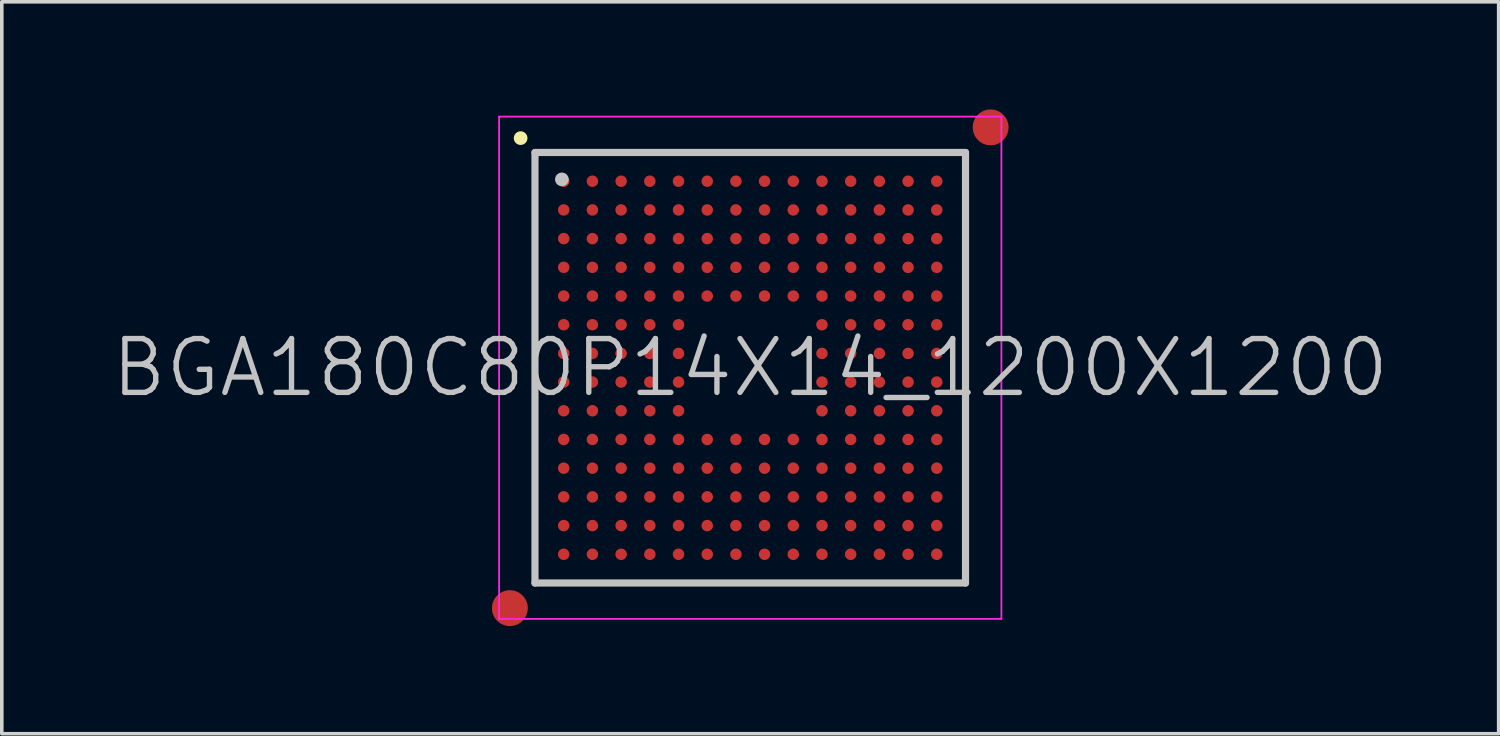
<source format=kicad_pcb>
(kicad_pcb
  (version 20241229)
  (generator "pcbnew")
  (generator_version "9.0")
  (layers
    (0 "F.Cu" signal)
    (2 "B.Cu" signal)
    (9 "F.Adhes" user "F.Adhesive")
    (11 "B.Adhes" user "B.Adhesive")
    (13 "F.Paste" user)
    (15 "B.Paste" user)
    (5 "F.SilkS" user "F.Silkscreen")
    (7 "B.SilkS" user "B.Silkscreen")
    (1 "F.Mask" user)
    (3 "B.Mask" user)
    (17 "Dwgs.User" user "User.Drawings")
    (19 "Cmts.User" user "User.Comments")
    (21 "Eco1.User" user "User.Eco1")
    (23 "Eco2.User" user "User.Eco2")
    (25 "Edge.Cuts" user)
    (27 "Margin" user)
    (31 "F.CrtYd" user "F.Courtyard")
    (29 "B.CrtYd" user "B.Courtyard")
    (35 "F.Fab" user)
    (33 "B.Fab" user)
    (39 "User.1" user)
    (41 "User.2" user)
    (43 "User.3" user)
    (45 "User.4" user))
  (footprint "BGA180C80P14X14_1200X1200"
    (layer "F.Cu")
    (at 17.861 7.2)
    (property "Reference" "BGA180C80P14X14_1200X1200" (at 0 0 0) (layer "Dwgs.User") (effects (font (size 1.5 1.5) (thickness 0.15))))
    (attr smd)
    (fp_line (start -6.4 -6.4) (end -6.4 -6.4) (stroke (width 0.381) (type solid)) (layer "F.SilkS"))
    (fp_line (start -6 -6) (end -6 6) (stroke (width 0.2) (type solid)) (layer "Dwgs.User"))
    (fp_line (start -6 -6) (end 6 -6) (stroke (width 0.2) (type solid)) (layer "Dwgs.User"))
    (fp_line (start -6 6) (end 6 6) (stroke (width 0.2) (type solid)) (layer "Dwgs.User"))
    (fp_line (start -5.25 -5.25) (end -5.25 -5.25) (stroke (width 0.381) (type solid)) (layer "Dwgs.User"))
    (fp_line (start 6 -6) (end 6 6) (stroke (width 0.2) (type solid)) (layer "Dwgs.User"))
    (fp_line (start -7 -7) (end -7 7) (stroke (width 0.05) (type solid)) (layer "F.CrtYd"))
    (fp_line (start -7 -7) (end 7 -7) (stroke (width 0.05) (type solid)) (layer "F.CrtYd"))
    (fp_line (start -7 7) (end 7 7) (stroke (width 0.05) (type solid)) (layer "F.CrtYd"))
    (fp_line (start 7 -7) (end 7 7) (stroke (width 0.05) (type solid)) (layer "F.CrtYd"))
    (pad "" smd circle (at -6.7 6.7) (size 1 1) (layers "F.Cu" "F.Mask"))
    (pad "" smd circle (at 6.7 -6.7) (size 1 1) (layers "F.Cu" "F.Mask"))
    (pad "A1" smd circle (at -5.199 -5.199 270) (size 0.32 0.32) (layers "F.Cu" "F.Mask" "F.Paste"))
    (pad "A2" smd circle (at -4.399 -5.199 270) (size 0.32 0.32) (layers "F.Cu" "F.Mask" "F.Paste"))
    (pad "A3" smd circle (at -3.599 -5.199 270) (size 0.32 0.32) (layers "F.Cu" "F.Mask" "F.Paste"))
    (pad "A4" smd circle (at -2.799 -5.199 270) (size 0.32 0.32) (layers "F.Cu" "F.Mask" "F.Paste"))
    (pad "A5" smd circle (at -1.999 -5.199 270) (size 0.32 0.32) (layers "F.Cu" "F.Mask" "F.Paste"))
    (pad "A6" smd circle (at -1.199 -5.199 270) (size 0.32 0.32) (layers "F.Cu" "F.Mask" "F.Paste"))
    (pad "A7" smd circle (at -0.399 -5.199 270) (size 0.32 0.32) (layers "F.Cu" "F.Mask" "F.Paste"))
    (pad "A8" smd circle (at 0.399 -5.199 270) (size 0.32 0.32) (layers "F.Cu" "F.Mask" "F.Paste"))
    (pad "A9" smd circle (at 1.199 -5.199 270) (size 0.32 0.32) (layers "F.Cu" "F.Mask" "F.Paste"))
    (pad "A10" smd circle (at 1.999 -5.199 270) (size 0.32 0.32) (layers "F.Cu" "F.Mask" "F.Paste"))
    (pad "A11" smd circle (at 2.799 -5.199 270) (size 0.32 0.32) (layers "F.Cu" "F.Mask" "F.Paste"))
    (pad "A12" smd circle (at 3.599 -5.199 270) (size 0.32 0.32) (layers "F.Cu" "F.Mask" "F.Paste"))
    (pad "A13" smd circle (at 4.399 -5.199 270) (size 0.32 0.32) (layers "F.Cu" "F.Mask" "F.Paste"))
    (pad "A14" smd circle (at 5.199 -5.199 270) (size 0.32 0.32) (layers "F.Cu" "F.Mask" "F.Paste"))
    (pad "B1" smd circle (at -5.199 -4.399 270) (size 0.32 0.32) (layers "F.Cu" "F.Mask" "F.Paste"))
    (pad "B2" smd circle (at -4.399 -4.399 270) (size 0.32 0.32) (layers "F.Cu" "F.Mask" "F.Paste"))
    (pad "B3" smd circle (at -3.599 -4.399 270) (size 0.32 0.32) (layers "F.Cu" "F.Mask" "F.Paste"))
    (pad "B4" smd circle (at -2.799 -4.399 270) (size 0.32 0.32) (layers "F.Cu" "F.Mask" "F.Paste"))
    (pad "B5" smd circle (at -1.999 -4.399 270) (size 0.32 0.32) (layers "F.Cu" "F.Mask" "F.Paste"))
    (pad "B6" smd circle (at -1.199 -4.399 270) (size 0.32 0.32) (layers "F.Cu" "F.Mask" "F.Paste"))
    (pad "B7" smd circle (at -0.399 -4.399 270) (size 0.32 0.32) (layers "F.Cu" "F.Mask" "F.Paste"))
    (pad "B8" smd circle (at 0.399 -4.399 270) (size 0.32 0.32) (layers "F.Cu" "F.Mask" "F.Paste"))
    (pad "B9" smd circle (at 1.199 -4.399 270) (size 0.32 0.32) (layers "F.Cu" "F.Mask" "F.Paste"))
    (pad "B10" smd circle (at 1.999 -4.399 270) (size 0.32 0.32) (layers "F.Cu" "F.Mask" "F.Paste"))
    (pad "B11" smd circle (at 2.799 -4.399 270) (size 0.32 0.32) (layers "F.Cu" "F.Mask" "F.Paste"))
    (pad "B12" smd circle (at 3.599 -4.399 270) (size 0.32 0.32) (layers "F.Cu" "F.Mask" "F.Paste"))
    (pad "B13" smd circle (at 4.399 -4.399 270) (size 0.32 0.32) (layers "F.Cu" "F.Mask" "F.Paste"))
    (pad "B14" smd circle (at 5.199 -4.399 270) (size 0.32 0.32) (layers "F.Cu" "F.Mask" "F.Paste"))
    (pad "C1" smd circle (at -5.199 -3.599 270) (size 0.32 0.32) (layers "F.Cu" "F.Mask" "F.Paste"))
    (pad "C2" smd circle (at -4.399 -3.599 270) (size 0.32 0.32) (layers "F.Cu" "F.Mask" "F.Paste"))
    (pad "C3" smd circle (at -3.599 -3.599 270) (size 0.32 0.32) (layers "F.Cu" "F.Mask" "F.Paste"))
    (pad "C4" smd circle (at -2.799 -3.599 270) (size 0.32 0.32) (layers "F.Cu" "F.Mask" "F.Paste"))
    (pad "C5" smd circle (at -1.999 -3.599 270) (size 0.32 0.32) (layers "F.Cu" "F.Mask" "F.Paste"))
    (pad "C6" smd circle (at -1.199 -3.599 270) (size 0.32 0.32) (layers "F.Cu" "F.Mask" "F.Paste"))
    (pad "C7" smd circle (at -0.399 -3.599 270) (size 0.32 0.32) (layers "F.Cu" "F.Mask" "F.Paste"))
    (pad "C8" smd circle (at 0.399 -3.599 270) (size 0.32 0.32) (layers "F.Cu" "F.Mask" "F.Paste"))
    (pad "C9" smd circle (at 1.199 -3.599 270) (size 0.32 0.32) (layers "F.Cu" "F.Mask" "F.Paste"))
    (pad "C10" smd circle (at 1.999 -3.599 270) (size 0.32 0.32) (layers "F.Cu" "F.Mask" "F.Paste"))
    (pad "C11" smd circle (at 2.799 -3.599 270) (size 0.32 0.32) (layers "F.Cu" "F.Mask" "F.Paste"))
    (pad "C12" smd circle (at 3.599 -3.599 270) (size 0.32 0.32) (layers "F.Cu" "F.Mask" "F.Paste"))
    (pad "C13" smd circle (at 4.399 -3.599 270) (size 0.32 0.32) (layers "F.Cu" "F.Mask" "F.Paste"))
    (pad "C14" smd circle (at 5.199 -3.599 270) (size 0.32 0.32) (layers "F.Cu" "F.Mask" "F.Paste"))
    (pad "D1" smd circle (at -5.199 -2.799 270) (size 0.32 0.32) (layers "F.Cu" "F.Mask" "F.Paste"))
    (pad "D2" smd circle (at -4.399 -2.799 270) (size 0.32 0.32) (layers "F.Cu" "F.Mask" "F.Paste"))
    (pad "D3" smd circle (at -3.599 -2.799 270) (size 0.32 0.32) (layers "F.Cu" "F.Mask" "F.Paste"))
    (pad "D4" smd circle (at -2.799 -2.799 270) (size 0.32 0.32) (layers "F.Cu" "F.Mask" "F.Paste"))
    (pad "D5" smd circle (at -1.999 -2.799 270) (size 0.32 0.32) (layers "F.Cu" "F.Mask" "F.Paste"))
    (pad "D6" smd circle (at -1.199 -2.799 270) (size 0.32 0.32) (layers "F.Cu" "F.Mask" "F.Paste"))
    (pad "D7" smd circle (at -0.399 -2.799 270) (size 0.32 0.32) (layers "F.Cu" "F.Mask" "F.Paste"))
    (pad "D8" smd circle (at 0.399 -2.799 270) (size 0.32 0.32) (layers "F.Cu" "F.Mask" "F.Paste"))
    (pad "D9" smd circle (at 1.199 -2.799 270) (size 0.32 0.32) (layers "F.Cu" "F.Mask" "F.Paste"))
    (pad "D10" smd circle (at 1.999 -2.799 270) (size 0.32 0.32) (layers "F.Cu" "F.Mask" "F.Paste"))
    (pad "D11" smd circle (at 2.799 -2.799 270) (size 0.32 0.32) (layers "F.Cu" "F.Mask" "F.Paste"))
    (pad "D12" smd circle (at 3.599 -2.799 270) (size 0.32 0.32) (layers "F.Cu" "F.Mask" "F.Paste"))
    (pad "D13" smd circle (at 4.399 -2.799 270) (size 0.32 0.32) (layers "F.Cu" "F.Mask" "F.Paste"))
    (pad "D14" smd circle (at 5.199 -2.799 270) (size 0.32 0.32) (layers "F.Cu" "F.Mask" "F.Paste"))
    (pad "E1" smd circle (at -5.199 -1.999 270) (size 0.32 0.32) (layers "F.Cu" "F.Mask" "F.Paste"))
    (pad "E2" smd circle (at -4.399 -1.999 270) (size 0.32 0.32) (layers "F.Cu" "F.Mask" "F.Paste"))
    (pad "E3" smd circle (at -3.599 -1.999 270) (size 0.32 0.32) (layers "F.Cu" "F.Mask" "F.Paste"))
    (pad "E4" smd circle (at -2.799 -1.999 270) (size 0.32 0.32) (layers "F.Cu" "F.Mask" "F.Paste"))
    (pad "E5" smd circle (at -1.999 -1.999 270) (size 0.32 0.32) (layers "F.Cu" "F.Mask" "F.Paste"))
    (pad "E6" smd circle (at -1.199 -1.999 270) (size 0.32 0.32) (layers "F.Cu" "F.Mask" "F.Paste"))
    (pad "E7" smd circle (at -0.399 -1.999 270) (size 0.32 0.32) (layers "F.Cu" "F.Mask" "F.Paste"))
    (pad "E8" smd circle (at 0.399 -1.999 270) (size 0.32 0.32) (layers "F.Cu" "F.Mask" "F.Paste"))
    (pad "E9" smd circle (at 1.199 -1.999 270) (size 0.32 0.32) (layers "F.Cu" "F.Mask" "F.Paste"))
    (pad "E10" smd circle (at 1.999 -1.999 270) (size 0.32 0.32) (layers "F.Cu" "F.Mask" "F.Paste"))
    (pad "E11" smd circle (at 2.799 -1.999 270) (size 0.32 0.32) (layers "F.Cu" "F.Mask" "F.Paste"))
    (pad "E12" smd circle (at 3.599 -1.999 270) (size 0.32 0.32) (layers "F.Cu" "F.Mask" "F.Paste"))
    (pad "E13" smd circle (at 4.399 -1.999 270) (size 0.32 0.32) (layers "F.Cu" "F.Mask" "F.Paste"))
    (pad "E14" smd circle (at 5.199 -1.999 270) (size 0.32 0.32) (layers "F.Cu" "F.Mask" "F.Paste"))
    (pad "F1" smd circle (at -5.199 -1.199 270) (size 0.32 0.32) (layers "F.Cu" "F.Mask" "F.Paste"))
    (pad "F2" smd circle (at -4.399 -1.199 270) (size 0.32 0.32) (layers "F.Cu" "F.Mask" "F.Paste"))
    (pad "F3" smd circle (at -3.599 -1.199 270) (size 0.32 0.32) (layers "F.Cu" "F.Mask" "F.Paste"))
    (pad "F4" smd circle (at -2.799 -1.199 270) (size 0.32 0.32) (layers "F.Cu" "F.Mask" "F.Paste"))
    (pad "F5" smd circle (at -1.999 -1.199 270) (size 0.32 0.32) (layers "F.Cu" "F.Mask" "F.Paste"))
    (pad "F10" smd circle (at 1.999 -1.199 270) (size 0.32 0.32) (layers "F.Cu" "F.Mask" "F.Paste"))
    (pad "F11" smd circle (at 2.799 -1.199 270) (size 0.32 0.32) (layers "F.Cu" "F.Mask" "F.Paste"))
    (pad "F12" smd circle (at 3.599 -1.199 270) (size 0.32 0.32) (layers "F.Cu" "F.Mask" "F.Paste"))
    (pad "F13" smd circle (at 4.399 -1.199 270) (size 0.32 0.32) (layers "F.Cu" "F.Mask" "F.Paste"))
    (pad "F14" smd circle (at 5.199 -1.199 270) (size 0.32 0.32) (layers "F.Cu" "F.Mask" "F.Paste"))
    (pad "G1" smd circle (at -5.199 -0.399 270) (size 0.32 0.32) (layers "F.Cu" "F.Mask" "F.Paste"))
    (pad "G2" smd circle (at -4.399 -0.399 270) (size 0.32 0.32) (layers "F.Cu" "F.Mask" "F.Paste"))
    (pad "G3" smd circle (at -3.599 -0.399 270) (size 0.32 0.32) (layers "F.Cu" "F.Mask" "F.Paste"))
    (pad "G4" smd circle (at -2.799 -0.399 270) (size 0.32 0.32) (layers "F.Cu" "F.Mask" "F.Paste"))
    (pad "G5" smd circle (at -1.999 -0.399 270) (size 0.32 0.32) (layers "F.Cu" "F.Mask" "F.Paste"))
    (pad "G10" smd circle (at 1.999 -0.399 270) (size 0.32 0.32) (layers "F.Cu" "F.Mask" "F.Paste"))
    (pad "G11" smd circle (at 2.799 -0.399 270) (size 0.32 0.32) (layers "F.Cu" "F.Mask" "F.Paste"))
    (pad "G12" smd circle (at 3.599 -0.399 270) (size 0.32 0.32) (layers "F.Cu" "F.Mask" "F.Paste"))
    (pad "G13" smd circle (at 4.399 -0.399 270) (size 0.32 0.32) (layers "F.Cu" "F.Mask" "F.Paste"))
    (pad "G14" smd circle (at 5.199 -0.399 270) (size 0.32 0.32) (layers "F.Cu" "F.Mask" "F.Paste"))
    (pad "H1" smd circle (at -5.199 0.399 270) (size 0.32 0.32) (layers "F.Cu" "F.Mask" "F.Paste"))
    (pad "H2" smd circle (at -4.399 0.399 270) (size 0.32 0.32) (layers "F.Cu" "F.Mask" "F.Paste"))
    (pad "H3" smd circle (at -3.599 0.399 270) (size 0.32 0.32) (layers "F.Cu" "F.Mask" "F.Paste"))
    (pad "H4" smd circle (at -2.799 0.399 270) (size 0.32 0.32) (layers "F.Cu" "F.Mask" "F.Paste"))
    (pad "H5" smd circle (at -1.999 0.399 270) (size 0.32 0.32) (layers "F.Cu" "F.Mask" "F.Paste"))
    (pad "H10" smd circle (at 1.999 0.399 270) (size 0.32 0.32) (layers "F.Cu" "F.Mask" "F.Paste"))
    (pad "H11" smd circle (at 2.799 0.399 270) (size 0.32 0.32) (layers "F.Cu" "F.Mask" "F.Paste"))
    (pad "H12" smd circle (at 3.599 0.399 270) (size 0.32 0.32) (layers "F.Cu" "F.Mask" "F.Paste"))
    (pad "H13" smd circle (at 4.399 0.399 270) (size 0.32 0.32) (layers "F.Cu" "F.Mask" "F.Paste"))
    (pad "H14" smd circle (at 5.199 0.399 270) (size 0.32 0.32) (layers "F.Cu" "F.Mask" "F.Paste"))
    (pad "J1" smd circle (at -5.199 1.199 270) (size 0.32 0.32) (layers "F.Cu" "F.Mask" "F.Paste"))
    (pad "J2" smd circle (at -4.399 1.199 270) (size 0.32 0.32) (layers "F.Cu" "F.Mask" "F.Paste"))
    (pad "J3" smd circle (at -3.599 1.199 270) (size 0.32 0.32) (layers "F.Cu" "F.Mask" "F.Paste"))
    (pad "J4" smd circle (at -2.799 1.199 270) (size 0.32 0.32) (layers "F.Cu" "F.Mask" "F.Paste"))
    (pad "J5" smd circle (at -1.999 1.199 270) (size 0.32 0.32) (layers "F.Cu" "F.Mask" "F.Paste"))
    (pad "J10" smd circle (at 1.999 1.199 270) (size 0.32 0.32) (layers "F.Cu" "F.Mask" "F.Paste"))
    (pad "J11" smd circle (at 2.799 1.199 270) (size 0.32 0.32) (layers "F.Cu" "F.Mask" "F.Paste"))
    (pad "J12" smd circle (at 3.599 1.199 270) (size 0.32 0.32) (layers "F.Cu" "F.Mask" "F.Paste"))
    (pad "J13" smd circle (at 4.399 1.199 270) (size 0.32 0.32) (layers "F.Cu" "F.Mask" "F.Paste"))
    (pad "J14" smd circle (at 5.199 1.199 270) (size 0.32 0.32) (layers "F.Cu" "F.Mask" "F.Paste"))
    (pad "K1" smd circle (at -5.199 1.999 270) (size 0.32 0.32) (layers "F.Cu" "F.Mask" "F.Paste"))
    (pad "K2" smd circle (at -4.399 1.999 270) (size 0.32 0.32) (layers "F.Cu" "F.Mask" "F.Paste"))
    (pad "K3" smd circle (at -3.599 1.999 270) (size 0.32 0.32) (layers "F.Cu" "F.Mask" "F.Paste"))
    (pad "K4" smd circle (at -2.799 1.999 270) (size 0.32 0.32) (layers "F.Cu" "F.Mask" "F.Paste"))
    (pad "K5" smd circle (at -1.999 1.999 270) (size 0.32 0.32) (layers "F.Cu" "F.Mask" "F.Paste"))
    (pad "K6" smd circle (at -1.199 1.999 270) (size 0.32 0.32) (layers "F.Cu" "F.Mask" "F.Paste"))
    (pad "K7" smd circle (at -0.399 1.999 270) (size 0.32 0.32) (layers "F.Cu" "F.Mask" "F.Paste"))
    (pad "K8" smd circle (at 0.399 1.999 270) (size 0.32 0.32) (layers "F.Cu" "F.Mask" "F.Paste"))
    (pad "K9" smd circle (at 1.199 1.999 270) (size 0.32 0.32) (layers "F.Cu" "F.Mask" "F.Paste"))
    (pad "K10" smd circle (at 1.999 1.999 270) (size 0.32 0.32) (layers "F.Cu" "F.Mask" "F.Paste"))
    (pad "K11" smd circle (at 2.799 1.999 270) (size 0.32 0.32) (layers "F.Cu" "F.Mask" "F.Paste"))
    (pad "K12" smd circle (at 3.599 1.999 270) (size 0.32 0.32) (layers "F.Cu" "F.Mask" "F.Paste"))
    (pad "K13" smd circle (at 4.399 1.999 270) (size 0.32 0.32) (layers "F.Cu" "F.Mask" "F.Paste"))
    (pad "K14" smd circle (at 5.199 1.999 270) (size 0.32 0.32) (layers "F.Cu" "F.Mask" "F.Paste"))
    (pad "L1" smd circle (at -5.199 2.799 270) (size 0.32 0.32) (layers "F.Cu" "F.Mask" "F.Paste"))
    (pad "L2" smd circle (at -4.399 2.799 270) (size 0.32 0.32) (layers "F.Cu" "F.Mask" "F.Paste"))
    (pad "L3" smd circle (at -3.599 2.799 270) (size 0.32 0.32) (layers "F.Cu" "F.Mask" "F.Paste"))
    (pad "L4" smd circle (at -2.799 2.799 270) (size 0.32 0.32) (layers "F.Cu" "F.Mask" "F.Paste"))
    (pad "L5" smd circle (at -1.999 2.799 270) (size 0.32 0.32) (layers "F.Cu" "F.Mask" "F.Paste"))
    (pad "L6" smd circle (at -1.199 2.799 270) (size 0.32 0.32) (layers "F.Cu" "F.Mask" "F.Paste"))
    (pad "L7" smd circle (at -0.399 2.799 270) (size 0.32 0.32) (layers "F.Cu" "F.Mask" "F.Paste"))
    (pad "L8" smd circle (at 0.399 2.799 270) (size 0.32 0.32) (layers "F.Cu" "F.Mask" "F.Paste"))
    (pad "L9" smd circle (at 1.199 2.799 270) (size 0.32 0.32) (layers "F.Cu" "F.Mask" "F.Paste"))
    (pad "L10" smd circle (at 1.999 2.799 270) (size 0.32 0.32) (layers "F.Cu" "F.Mask" "F.Paste"))
    (pad "L11" smd circle (at 2.799 2.799 270) (size 0.32 0.32) (layers "F.Cu" "F.Mask" "F.Paste"))
    (pad "L12" smd circle (at 3.599 2.799 270) (size 0.32 0.32) (layers "F.Cu" "F.Mask" "F.Paste"))
    (pad "L13" smd circle (at 4.399 2.799 270) (size 0.32 0.32) (layers "F.Cu" "F.Mask" "F.Paste"))
    (pad "L14" smd circle (at 5.199 2.799 270) (size 0.32 0.32) (layers "F.Cu" "F.Mask" "F.Paste"))
    (pad "M1" smd circle (at -5.199 3.599 270) (size 0.32 0.32) (layers "F.Cu" "F.Mask" "F.Paste"))
    (pad "M2" smd circle (at -4.399 3.599 270) (size 0.32 0.32) (layers "F.Cu" "F.Mask" "F.Paste"))
    (pad "M3" smd circle (at -3.599 3.599 270) (size 0.32 0.32) (layers "F.Cu" "F.Mask" "F.Paste"))
    (pad "M4" smd circle (at -2.799 3.599 270) (size 0.32 0.32) (layers "F.Cu" "F.Mask" "F.Paste"))
    (pad "M5" smd circle (at -1.999 3.599 270) (size 0.32 0.32) (layers "F.Cu" "F.Mask" "F.Paste"))
    (pad "M6" smd circle (at -1.199 3.599 270) (size 0.32 0.32) (layers "F.Cu" "F.Mask" "F.Paste"))
    (pad "M7" smd circle (at -0.399 3.599 270) (size 0.32 0.32) (layers "F.Cu" "F.Mask" "F.Paste"))
    (pad "M8" smd circle (at 0.399 3.599 270) (size 0.32 0.32) (layers "F.Cu" "F.Mask" "F.Paste"))
    (pad "M9" smd circle (at 1.199 3.599 270) (size 0.32 0.32) (layers "F.Cu" "F.Mask" "F.Paste"))
    (pad "M10" smd circle (at 1.999 3.599 270) (size 0.32 0.32) (layers "F.Cu" "F.Mask" "F.Paste"))
    (pad "M11" smd circle (at 2.799 3.599 270) (size 0.32 0.32) (layers "F.Cu" "F.Mask" "F.Paste"))
    (pad "M12" smd circle (at 3.599 3.599 270) (size 0.32 0.32) (layers "F.Cu" "F.Mask" "F.Paste"))
    (pad "M13" smd circle (at 4.399 3.599 270) (size 0.32 0.32) (layers "F.Cu" "F.Mask" "F.Paste"))
    (pad "M14" smd circle (at 5.199 3.599 270) (size 0.32 0.32) (layers "F.Cu" "F.Mask" "F.Paste"))
    (pad "N1" smd circle (at -5.199 4.399 270) (size 0.32 0.32) (layers "F.Cu" "F.Mask" "F.Paste"))
    (pad "N2" smd circle (at -4.399 4.399 270) (size 0.32 0.32) (layers "F.Cu" "F.Mask" "F.Paste"))
    (pad "N3" smd circle (at -3.599 4.399 270) (size 0.32 0.32) (layers "F.Cu" "F.Mask" "F.Paste"))
    (pad "N4" smd circle (at -2.799 4.399 270) (size 0.32 0.32) (layers "F.Cu" "F.Mask" "F.Paste"))
    (pad "N5" smd circle (at -1.999 4.399 270) (size 0.32 0.32) (layers "F.Cu" "F.Mask" "F.Paste"))
    (pad "N6" smd circle (at -1.199 4.399 270) (size 0.32 0.32) (layers "F.Cu" "F.Mask" "F.Paste"))
    (pad "N7" smd circle (at -0.399 4.399 270) (size 0.32 0.32) (layers "F.Cu" "F.Mask" "F.Paste"))
    (pad "N8" smd circle (at 0.399 4.399 270) (size 0.32 0.32) (layers "F.Cu" "F.Mask" "F.Paste"))
    (pad "N9" smd circle (at 1.199 4.399 270) (size 0.32 0.32) (layers "F.Cu" "F.Mask" "F.Paste"))
    (pad "N10" smd circle (at 1.999 4.399 270) (size 0.32 0.32) (layers "F.Cu" "F.Mask" "F.Paste"))
    (pad "N11" smd circle (at 2.799 4.399 270) (size 0.32 0.32) (layers "F.Cu" "F.Mask" "F.Paste"))
    (pad "N12" smd circle (at 3.599 4.399 270) (size 0.32 0.32) (layers "F.Cu" "F.Mask" "F.Paste"))
    (pad "N13" smd circle (at 4.399 4.399 270) (size 0.32 0.32) (layers "F.Cu" "F.Mask" "F.Paste"))
    (pad "N14" smd circle (at 5.199 4.399 270) (size 0.32 0.32) (layers "F.Cu" "F.Mask" "F.Paste"))
    (pad "P1" smd circle (at -5.199 5.199 270) (size 0.32 0.32) (layers "F.Cu" "F.Mask" "F.Paste"))
    (pad "P2" smd circle (at -4.399 5.199 270) (size 0.32 0.32) (layers "F.Cu" "F.Mask" "F.Paste"))
    (pad "P3" smd circle (at -3.599 5.199 270) (size 0.32 0.32) (layers "F.Cu" "F.Mask" "F.Paste"))
    (pad "P4" smd circle (at -2.799 5.199 270) (size 0.32 0.32) (layers "F.Cu" "F.Mask" "F.Paste"))
    (pad "P5" smd circle (at -1.999 5.199 270) (size 0.32 0.32) (layers "F.Cu" "F.Mask" "F.Paste"))
    (pad "P6" smd circle (at -1.199 5.199 270) (size 0.32 0.32) (layers "F.Cu" "F.Mask" "F.Paste"))
    (pad "P7" smd circle (at -0.399 5.199 270) (size 0.32 0.32) (layers "F.Cu" "F.Mask" "F.Paste"))
    (pad "P8" smd circle (at 0.399 5.199 270) (size 0.32 0.32) (layers "F.Cu" "F.Mask" "F.Paste"))
    (pad "P9" smd circle (at 1.199 5.199 270) (size 0.32 0.32) (layers "F.Cu" "F.Mask" "F.Paste"))
    (pad "P10" smd circle (at 1.999 5.199 270) (size 0.32 0.32) (layers "F.Cu" "F.Mask" "F.Paste"))
    (pad "P11" smd circle (at 2.799 5.199 270) (size 0.32 0.32) (layers "F.Cu" "F.Mask" "F.Paste"))
    (pad "P12" smd circle (at 3.599 5.199 270) (size 0.32 0.32) (layers "F.Cu" "F.Mask" "F.Paste"))
    (pad "P13" smd circle (at 4.399 5.199 270) (size 0.32 0.32) (layers "F.Cu" "F.Mask" "F.Paste"))
    (pad "P14" smd circle (at 5.199 5.199 270) (size 0.32 0.32) (layers "F.Cu" "F.Mask" "F.Paste")))
  (gr_rect
    (start -3 -3)
    (end 38.721 17.4)
    (stroke (width 0.1) (type default))
    (fill no)
    (layer "Edge.Cuts")))
</source>
